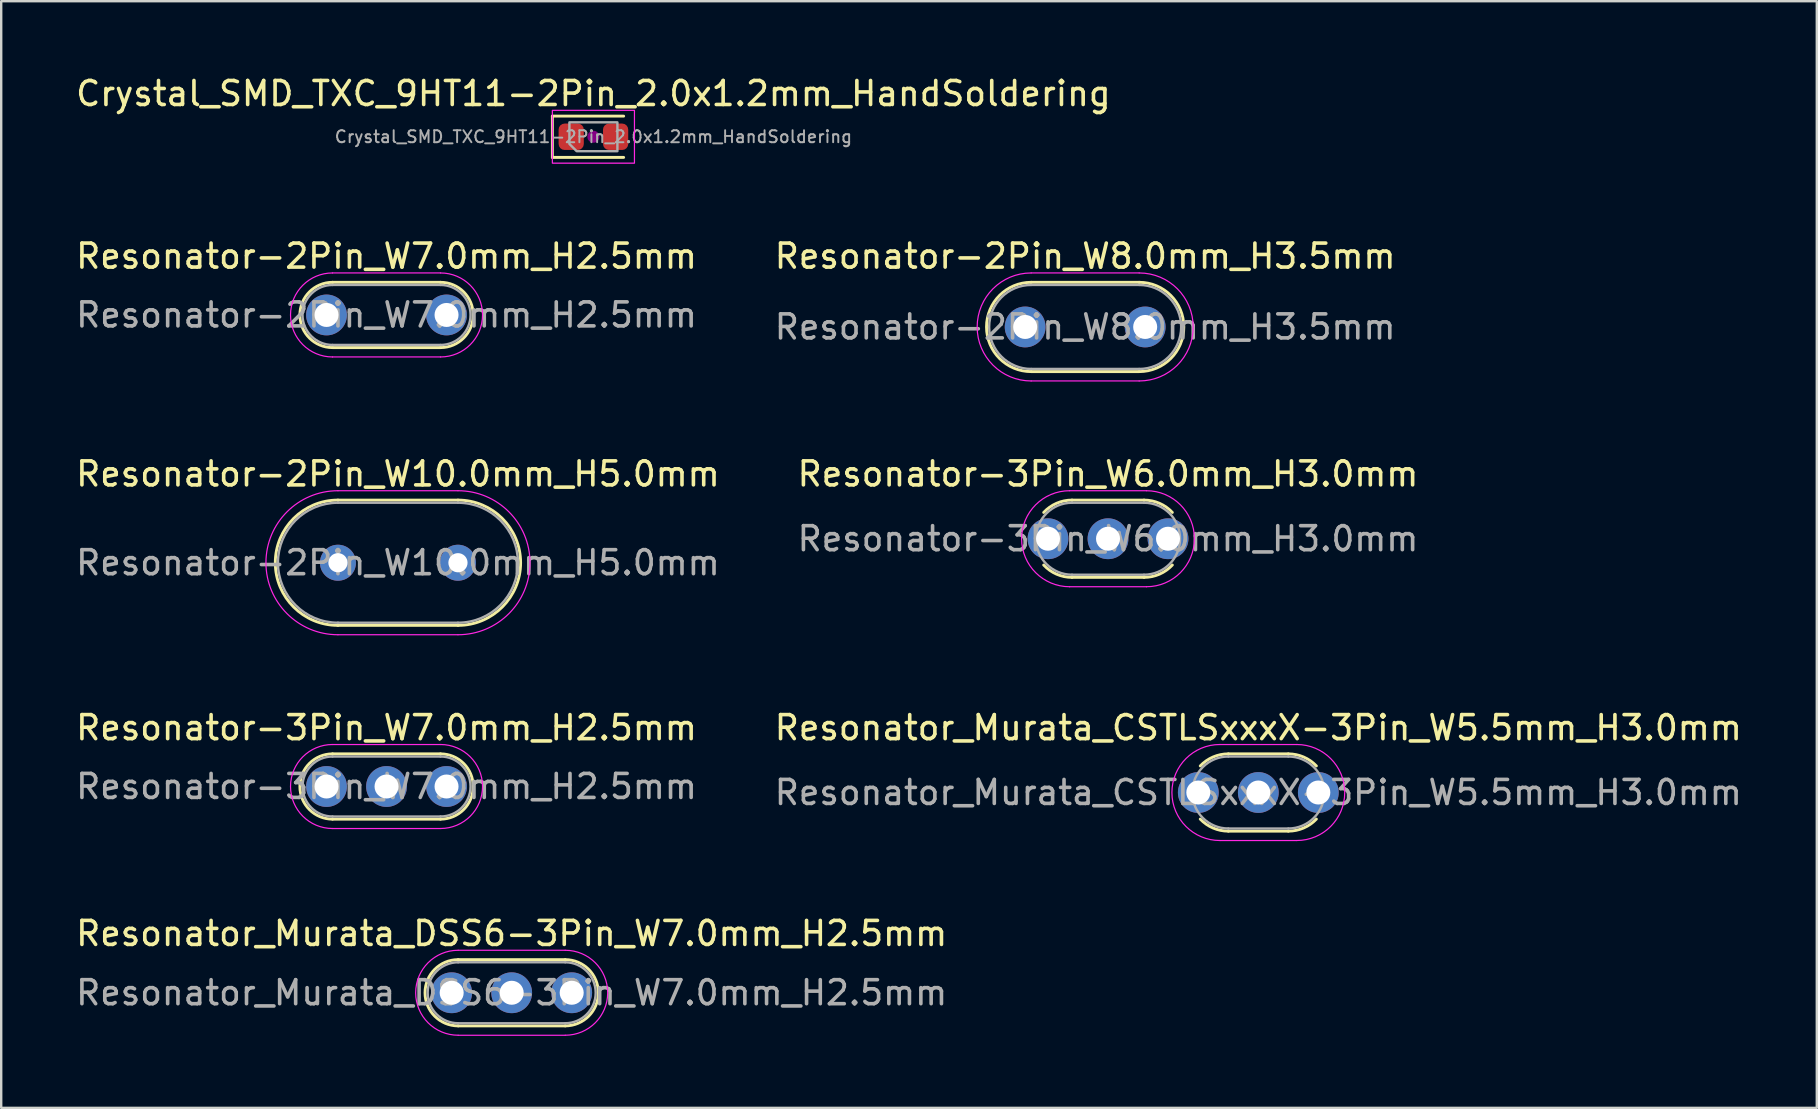
<source format=kicad_pcb>
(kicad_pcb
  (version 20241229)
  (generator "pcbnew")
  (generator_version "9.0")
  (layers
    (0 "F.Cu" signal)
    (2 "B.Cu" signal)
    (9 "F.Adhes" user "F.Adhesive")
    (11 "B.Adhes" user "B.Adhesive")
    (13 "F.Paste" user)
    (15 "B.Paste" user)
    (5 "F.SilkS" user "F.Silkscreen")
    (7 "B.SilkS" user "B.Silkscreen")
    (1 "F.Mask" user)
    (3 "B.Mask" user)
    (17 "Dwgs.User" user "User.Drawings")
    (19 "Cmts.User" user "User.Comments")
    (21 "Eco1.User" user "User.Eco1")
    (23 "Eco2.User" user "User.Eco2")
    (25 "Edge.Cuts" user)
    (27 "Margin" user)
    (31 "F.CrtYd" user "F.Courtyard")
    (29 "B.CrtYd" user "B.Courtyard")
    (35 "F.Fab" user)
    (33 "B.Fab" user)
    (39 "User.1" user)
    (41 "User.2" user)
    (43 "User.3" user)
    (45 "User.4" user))
  (footprint "Resonator-2Pin_W8.0mm_H3.5mm"
    (layer "F.Cu")
    (at 39.661 10.572)
    (property "Reference" "Resonator-2Pin_W8.0mm_H3.5mm" (at 2.5 -2.95 0) (layer "F.SilkS") (effects (font (size 1 1) (thickness 0.15))))
    (attr through_hole)
    (fp_line (start 0.25 -1.86) (end 4.75 -1.86) (stroke (width 0.12) (type solid)) (layer "F.SilkS"))
    (fp_line (start 4.75 1.86) (end 0.25 1.86) (stroke (width 0.12) (type solid)) (layer "F.SilkS"))
    (fp_arc (start 0.25 1.86) (mid -1.61 0) (end 0.25 -1.86) (stroke (width 0.12) (type solid)) (layer "F.SilkS"))
    (fp_arc (start 4.75 -1.86) (mid 6.61 0) (end 4.75 1.86) (stroke (width 0.12) (type solid)) (layer "F.SilkS"))
    (fp_line (start 0.25 -2.25) (end 4.75 -2.25) (stroke (width 0.05) (type solid)) (layer "F.CrtYd"))
    (fp_line (start 4.75 2.25) (end 0.25 2.25) (stroke (width 0.05) (type solid)) (layer "F.CrtYd"))
    (fp_arc (start 0.25 2.25) (mid -2 0) (end 0.25 -2.25) (stroke (width 0.05) (type solid)) (layer "F.CrtYd"))
    (fp_arc (start 4.75 -2.25) (mid 7 0) (end 4.75 2.25) (stroke (width 0.05) (type solid)) (layer "F.CrtYd"))
    (fp_line (start 0.25 -1.75) (end 4.75 -1.75) (stroke (width 0.1) (type solid)) (layer "F.Fab"))
    (fp_line (start 4.75 1.75) (end 0.25 1.75) (stroke (width 0.1) (type solid)) (layer "F.Fab"))
    (fp_arc (start 0.25 1.75) (mid -1.5 0) (end 0.25 -1.75) (stroke (width 0.1) (type solid)) (layer "F.Fab"))
    (fp_arc (start 4.75 -1.75) (mid 6.5 0) (end 4.75 1.75) (stroke (width 0.1) (type solid)) (layer "F.Fab"))
    (fp_text user "${REFERENCE}" (at 2.5 0 0) (layer "F.Fab") (effects (font (size 1 1) (thickness 0.15))))
    (pad "1" thru_hole circle (at 0 0) (size 1.7 1.7) (drill 1) (layers "*.Cu" "*.Mask"))
    (pad "2" thru_hole circle (at 5 0) (size 1.7 1.7) (drill 1) (layers "*.Cu" "*.Mask")))
  (footprint "Resonator-3Pin_W7.0mm_H2.5mm"
    (layer "F.Cu")
    (at 10.554 29.718)
    (property "Reference" "Resonator-3Pin_W7.0mm_H2.5mm" (at 2.5 -2.45 0) (layer "F.SilkS") (effects (font (size 1 1) (thickness 0.15))))
    (attr through_hole)
    (fp_line (start 0.25 -1.36) (end 4.75 -1.36) (stroke (width 0.12) (type solid)) (layer "F.SilkS"))
    (fp_line (start 4.75 1.36) (end 0.25 1.36) (stroke (width 0.12) (type solid)) (layer "F.SilkS"))
    (fp_arc (start 0.25 1.36) (mid -1.11 0) (end 0.25 -1.36) (stroke (width 0.12) (type solid)) (layer "F.SilkS"))
    (fp_arc (start 4.75 -1.36) (mid 6.11 0) (end 4.75 1.36) (stroke (width 0.12) (type solid)) (layer "F.SilkS"))
    (fp_line (start 0.25 -1.75) (end 4.75 -1.75) (stroke (width 0.05) (type solid)) (layer "F.CrtYd"))
    (fp_line (start 4.75 1.75) (end 0.25 1.75) (stroke (width 0.05) (type solid)) (layer "F.CrtYd"))
    (fp_arc (start 0.25 1.75) (mid -1.5 0) (end 0.25 -1.75) (stroke (width 0.05) (type solid)) (layer "F.CrtYd"))
    (fp_arc (start 4.75 -1.75) (mid 6.5 0) (end 4.75 1.75) (stroke (width 0.05) (type solid)) (layer "F.CrtYd"))
    (fp_line (start 0.25 -1.25) (end 4.75 -1.25) (stroke (width 0.1) (type solid)) (layer "F.Fab"))
    (fp_line (start 4.75 1.25) (end 0.25 1.25) (stroke (width 0.1) (type solid)) (layer "F.Fab"))
    (fp_arc (start 0.25 1.25) (mid -1 0) (end 0.25 -1.25) (stroke (width 0.1) (type solid)) (layer "F.Fab"))
    (fp_arc (start 4.75 -1.25) (mid 6 0) (end 4.75 1.25) (stroke (width 0.1) (type solid)) (layer "F.Fab"))
    (fp_text user "${REFERENCE}" (at 2.5 0 0) (layer "F.Fab") (effects (font (size 1 1) (thickness 0.15))))
    (pad "1" thru_hole circle (at 0 0) (size 1.7 1.7) (drill 1) (layers "*.Cu" "*.Mask"))
    (pad "2" thru_hole circle (at 2.5 0) (size 1.7 1.7) (drill 1) (layers "*.Cu" "*.Mask"))
    (pad "3" thru_hole circle (at 5 0) (size 1.7 1.7) (drill 1) (layers "*.Cu" "*.Mask")))
  (footprint "Resonator_Murata_DSS6-3Pin_W7.0mm_H2.5mm"
    (layer "F.Cu")
    (at 15.768 38.311)
    (property "Reference" "Resonator_Murata_DSS6-3Pin_W7.0mm_H2.5mm" (at 2.5 -2.47 0) (layer "F.SilkS") (effects (font (size 1 1) (thickness 0.15))))
    (attr through_hole)
    (fp_line (start 0.27 -1.38) (end 4.73 -1.38) (stroke (width 0.12) (type solid)) (layer "F.SilkS"))
    (fp_line (start 4.73 1.38) (end 0.27 1.38) (stroke (width 0.12) (type solid)) (layer "F.SilkS"))
    (fp_arc (start 0.27 1.38) (mid -1.11 0) (end 0.27 -1.38) (stroke (width 0.12) (type solid)) (layer "F.SilkS"))
    (fp_arc (start 4.73 -1.38) (mid 6.11 0) (end 4.73 1.38) (stroke (width 0.12) (type solid)) (layer "F.SilkS"))
    (fp_line (start 0.27 -1.77) (end 4.73 -1.77) (stroke (width 0.05) (type solid)) (layer "F.CrtYd"))
    (fp_line (start 4.73 1.77) (end 0.27 1.77) (stroke (width 0.05) (type solid)) (layer "F.CrtYd"))
    (fp_arc (start 0.27 1.77) (mid -1.5 0) (end 0.27 -1.77) (stroke (width 0.05) (type solid)) (layer "F.CrtYd"))
    (fp_arc (start 4.73 -1.77) (mid 6.5 0) (end 4.73 1.77) (stroke (width 0.05) (type solid)) (layer "F.CrtYd"))
    (fp_line (start 0.27 -1.27) (end 4.73 -1.27) (stroke (width 0.1) (type solid)) (layer "F.Fab"))
    (fp_line (start 4.73 1.27) (end 0.27 1.27) (stroke (width 0.1) (type solid)) (layer "F.Fab"))
    (fp_arc (start 0.27 1.27) (mid -1 0) (end 0.27 -1.27) (stroke (width 0.1) (type solid)) (layer "F.Fab"))
    (fp_arc (start 4.73 -1.27) (mid 6 0) (end 4.73 1.27) (stroke (width 0.1) (type solid)) (layer "F.Fab"))
    (fp_text user "${REFERENCE}" (at 2.5 0 0) (layer "F.Fab") (effects (font (size 1 1) (thickness 0.15))))
    (pad "1" thru_hole circle (at 0 0) (size 1.7 1.7) (drill 1) (layers "*.Cu" "*.Mask"))
    (pad "2" thru_hole circle (at 2.5 0) (size 1.7 1.7) (drill 1) (layers "*.Cu" "*.Mask"))
    (pad "3" thru_hole circle (at 5 0) (size 1.7 1.7) (drill 1) (layers "*.Cu" "*.Mask")))
  (footprint "Resonator-3Pin_W6.0mm_H3.0mm"
    (layer "F.Cu")
    (at 40.613 19.395)
    (property "Reference" "Resonator-3Pin_W6.0mm_H3.0mm" (at 2.5 -2.7 0) (layer "F.SilkS") (effects (font (size 1 1) (thickness 0.15))))
    (attr through_hole)
    (fp_line (start 1 -1.61) (end 4 -1.61) (stroke (width 0.12) (type solid)) (layer "F.SilkS"))
    (fp_line (start 4 1.61) (end 1 1.61) (stroke (width 0.12) (type solid)) (layer "F.SilkS"))
    (fp_arc (start -0.18 -1.095) (mid 0.356084 -1.476037) (end 1 -1.61) (stroke (width 0.12) (type solid)) (layer "F.SilkS"))
    (fp_arc (start 1 1.61) (mid 0.356084 1.476037) (end -0.18 1.095) (stroke (width 0.12) (type solid)) (layer "F.SilkS"))
    (fp_arc (start 4 -1.61) (mid 4.643916 -1.476037) (end 5.18 -1.095) (stroke (width 0.12) (type solid)) (layer "F.SilkS"))
    (fp_arc (start 5.18 1.095) (mid 4.643916 1.476037) (end 4 1.61) (stroke (width 0.12) (type solid)) (layer "F.SilkS"))
    (fp_line (start 0.9 -2) (end 4.1 -2) (stroke (width 0.05) (type solid)) (layer "F.CrtYd"))
    (fp_line (start 4.1 2) (end 0.9 2) (stroke (width 0.05) (type solid)) (layer "F.CrtYd"))
    (fp_arc (start 0.9 2) (mid -1.1 0) (end 0.9 -2) (stroke (width 0.05) (type solid)) (layer "F.CrtYd"))
    (fp_arc (start 4.1 -2) (mid 6.1 0) (end 4.1 2) (stroke (width 0.05) (type solid)) (layer "F.CrtYd"))
    (fp_line (start 1 -1.5) (end 4 -1.5) (stroke (width 0.1) (type solid)) (layer "F.Fab"))
    (fp_line (start 4 1.5) (end 1 1.5) (stroke (width 0.1) (type solid)) (layer "F.Fab"))
    (fp_arc (start 1 1.5) (mid -0.5 0) (end 1 -1.5) (stroke (width 0.1) (type solid)) (layer "F.Fab"))
    (fp_arc (start 4 -1.5) (mid 5.5 0) (end 4 1.5) (stroke (width 0.1) (type solid)) (layer "F.Fab"))
    (fp_text user "${REFERENCE}" (at 2.5 0 0) (layer "F.Fab") (effects (font (size 1 1) (thickness 0.15))))
    (pad "1" thru_hole circle (at 0 0) (size 1.7 1.7) (drill 1) (layers "*.Cu" "*.Mask"))
    (pad "2" thru_hole circle (at 2.5 0) (size 1.7 1.7) (drill 1) (layers "*.Cu" "*.Mask"))
    (pad "3" thru_hole circle (at 5 0) (size 1.7 1.7) (drill 1) (layers "*.Cu" "*.Mask")))
  (footprint "Resonator_Murata_CSTLSxxxX-3Pin_W5.5mm_H3.0mm"
    (layer "F.Cu")
    (at 46.875 29.968)
    (property "Reference" "Resonator_Murata_CSTLSxxxX-3Pin_W5.5mm_H3.0mm" (at 2.5 -2.7 0) (layer "F.SilkS") (effects (font (size 1 1) (thickness 0.15))))
    (attr through_hole)
    (fp_line (start 1.25 -1.61) (end 3.75 -1.61) (stroke (width 0.12) (type solid)) (layer "F.SilkS"))
    (fp_line (start 3.75 1.61) (end 1.25 1.61) (stroke (width 0.12) (type solid)) (layer "F.SilkS"))
    (fp_arc (start 0.081 -1.107) (mid 0.613705 -1.478873) (end 1.25 -1.61) (stroke (width 0.12) (type solid)) (layer "F.SilkS"))
    (fp_arc (start 1.25 1.61) (mid 0.613705 1.478873) (end 0.081 1.107) (stroke (width 0.12) (type solid)) (layer "F.SilkS"))
    (fp_arc (start 3.75 -1.61) (mid 4.386295 -1.478873) (end 4.919 -1.107) (stroke (width 0.12) (type solid)) (layer "F.SilkS"))
    (fp_arc (start 4.919 1.107) (mid 4.386295 1.478873) (end 3.75 1.61) (stroke (width 0.12) (type solid)) (layer "F.SilkS"))
    (fp_line (start 0.9 -2) (end 4.1 -2) (stroke (width 0.05) (type solid)) (layer "F.CrtYd"))
    (fp_line (start 4.1 2) (end 0.9 2) (stroke (width 0.05) (type solid)) (layer "F.CrtYd"))
    (fp_arc (start 0.9 2) (mid -1.1 0) (end 0.9 -2) (stroke (width 0.05) (type solid)) (layer "F.CrtYd"))
    (fp_arc (start 4.1 -2) (mid 6.1 0) (end 4.1 2) (stroke (width 0.05) (type solid)) (layer "F.CrtYd"))
    (fp_line (start 1.25 -1.5) (end 3.75 -1.5) (stroke (width 0.1) (type solid)) (layer "F.Fab"))
    (fp_line (start 3.75 1.5) (end 1.25 1.5) (stroke (width 0.1) (type solid)) (layer "F.Fab"))
    (fp_arc (start 1.25 1.5) (mid -0.25 0) (end 1.25 -1.5) (stroke (width 0.1) (type solid)) (layer "F.Fab"))
    (fp_arc (start 3.75 -1.5) (mid 5.25 0) (end 3.75 1.5) (stroke (width 0.1) (type solid)) (layer "F.Fab"))
    (fp_text user "${REFERENCE}" (at 2.5 0 0) (layer "F.Fab") (effects (font (size 1 1) (thickness 0.15))))
    (pad "1" thru_hole circle (at 0 0) (size 1.7 1.7) (drill 1) (layers "*.Cu" "*.Mask"))
    (pad "2" thru_hole circle (at 2.5 0) (size 1.7 1.7) (drill 1) (layers "*.Cu" "*.Mask"))
    (pad "3" thru_hole circle (at 5 0) (size 1.7 1.7) (drill 1) (layers "*.Cu" "*.Mask")))
  (footprint "Resonator-2Pin_W10.0mm_H5.0mm"
    (layer "F.Cu")
    (at 11.03 20.395)
    (property "Reference" "Resonator-2Pin_W10.0mm_H5.0mm" (at 2.5 -3.7 0) (layer "F.SilkS") (effects (font (size 1 1) (thickness 0.15))))
    (attr through_hole)
    (fp_line (start 0 -2.61) (end 5 -2.61) (stroke (width 0.12) (type solid)) (layer "F.SilkS"))
    (fp_line (start 5 2.61) (end 0 2.61) (stroke (width 0.12) (type solid)) (layer "F.SilkS"))
    (fp_arc (start 0 2.61) (mid -2.61 0) (end 0 -2.61) (stroke (width 0.12) (type solid)) (layer "F.SilkS"))
    (fp_arc (start 5 -2.61) (mid 7.61 0) (end 5 2.61) (stroke (width 0.12) (type solid)) (layer "F.SilkS"))
    (fp_line (start 0 -3) (end 5 -3) (stroke (width 0.05) (type solid)) (layer "F.CrtYd"))
    (fp_line (start 5 3) (end 0 3) (stroke (width 0.05) (type solid)) (layer "F.CrtYd"))
    (fp_arc (start 0 3) (mid -3 0) (end 0 -3) (stroke (width 0.05) (type solid)) (layer "F.CrtYd"))
    (fp_arc (start 5 -3) (mid 8 0) (end 5 3) (stroke (width 0.05) (type solid)) (layer "F.CrtYd"))
    (fp_line (start 0 -2.5) (end 5 -2.5) (stroke (width 0.1) (type solid)) (layer "F.Fab"))
    (fp_line (start 5 2.5) (end 0 2.5) (stroke (width 0.1) (type solid)) (layer "F.Fab"))
    (fp_arc (start 0 2.5) (mid -2.5 0) (end 0 -2.5) (stroke (width 0.1) (type solid)) (layer "F.Fab"))
    (fp_arc (start 5 -2.5) (mid 7.5 0) (end 5 2.5) (stroke (width 0.1) (type solid)) (layer "F.Fab"))
    (fp_text user "${REFERENCE}" (at 2.5 0 0) (layer "F.Fab") (effects (font (size 1 1) (thickness 0.15))))
    (pad "1" thru_hole circle (at 0 0) (size 1.5 1.5) (drill 0.8) (layers "*.Cu" "*.Mask"))
    (pad "2" thru_hole circle (at 5 0) (size 1.5 1.5) (drill 0.8) (layers "*.Cu" "*.Mask")))
  (footprint "Crystal_SMD_TXC_9HT11-2Pin_2.0x1.2mm_HandSoldering"
    (layer "F.Cu")
    (at 21.673 2.648)
    (property "Reference" "Crystal_SMD_TXC_9HT11-2Pin_2.0x1.2mm_HandSoldering" (at 0 -1.8 0) (layer "F.SilkS") (effects (font (size 1 1) (thickness 0.15))))
    (attr smd)
    (fp_line (start -1.71 -0.86) (end -1.71 0.86) (stroke (width 0.12) (type solid)) (layer "F.SilkS"))
    (fp_line (start -1.71 0.86) (end 1.26 0.86) (stroke (width 0.12) (type solid)) (layer "F.SilkS"))
    (fp_line (start 1.26 -0.86) (end -1.71 -0.86) (stroke (width 0.12) (type solid)) (layer "F.SilkS"))
    (fp_circle (center 0 0) (end 0.2 0) (stroke (width 0.1) (type solid)) (fill yes) (layer "F.Adhes"))
    (fp_rect (start -1.71 -1.1) (end 1.71 1.1) (stroke (width 0.05) (type solid)) (fill no) (layer "F.CrtYd"))
    (fp_poly (pts (xy -1 -0.6) (xy -1 0.3) (xy -0.7 0.6) (xy 1 0.6) (xy 1 -0.6)) (stroke (width 0.1) (type solid)) (fill no) (layer "F.Fab"))
    (fp_text user "${REFERENCE}" (at 0 0 0) (layer "F.Fab") (effects (font (size 0.5 0.5) (thickness 0.08))))
    (pad "1" smd roundrect (at -0.925 0) (size 1.05 1.1) (layers "F.Cu" "F.Mask" "F.Paste") (roundrect_rratio 0.238))
    (pad "2" smd roundrect (at 0.925 0) (size 1.05 1.1) (layers "F.Cu" "F.Mask" "F.Paste") (roundrect_rratio 0.238)))
  (footprint "Resonator-2Pin_W7.0mm_H2.5mm"
    (layer "F.Cu")
    (at 10.554 10.072)
    (property "Reference" "Resonator-2Pin_W7.0mm_H2.5mm" (at 2.5 -2.45 0) (layer "F.SilkS") (effects (font (size 1 1) (thickness 0.15))))
    (attr through_hole)
    (fp_line (start 0.25 -1.36) (end 4.75 -1.36) (stroke (width 0.12) (type solid)) (layer "F.SilkS"))
    (fp_line (start 4.75 1.36) (end 0.25 1.36) (stroke (width 0.12) (type solid)) (layer "F.SilkS"))
    (fp_arc (start 0.25 1.36) (mid -1.11 0) (end 0.25 -1.36) (stroke (width 0.12) (type solid)) (layer "F.SilkS"))
    (fp_arc (start 4.75 -1.36) (mid 6.11 0) (end 4.75 1.36) (stroke (width 0.12) (type solid)) (layer "F.SilkS"))
    (fp_line (start 0.25 -1.75) (end 4.75 -1.75) (stroke (width 0.05) (type solid)) (layer "F.CrtYd"))
    (fp_line (start 4.75 1.75) (end 0.25 1.75) (stroke (width 0.05) (type solid)) (layer "F.CrtYd"))
    (fp_arc (start 0.25 1.75) (mid -1.5 0) (end 0.25 -1.75) (stroke (width 0.05) (type solid)) (layer "F.CrtYd"))
    (fp_arc (start 4.75 -1.75) (mid 6.5 0) (end 4.75 1.75) (stroke (width 0.05) (type solid)) (layer "F.CrtYd"))
    (fp_line (start 0.25 -1.25) (end 4.75 -1.25) (stroke (width 0.1) (type solid)) (layer "F.Fab"))
    (fp_line (start 4.75 1.25) (end 0.25 1.25) (stroke (width 0.1) (type solid)) (layer "F.Fab"))
    (fp_arc (start 0.25 1.25) (mid -1 0) (end 0.25 -1.25) (stroke (width 0.1) (type solid)) (layer "F.Fab"))
    (fp_arc (start 4.75 -1.25) (mid 6 0) (end 4.75 1.25) (stroke (width 0.1) (type solid)) (layer "F.Fab"))
    (fp_text user "${REFERENCE}" (at 2.5 0 0) (layer "F.Fab") (effects (font (size 1 1) (thickness 0.15))))
    (pad "1" thru_hole circle (at 0 0) (size 1.7 1.7) (drill 1) (layers "*.Cu" "*.Mask"))
    (pad "2" thru_hole circle (at 5 0) (size 1.7 1.7) (drill 1) (layers "*.Cu" "*.Mask")))
  (gr_rect
    (start -3 -3)
    (end 72.643 43.106)
    (stroke (width 0.1) (type default))
    (fill no)
    (layer "Edge.Cuts")))
</source>
